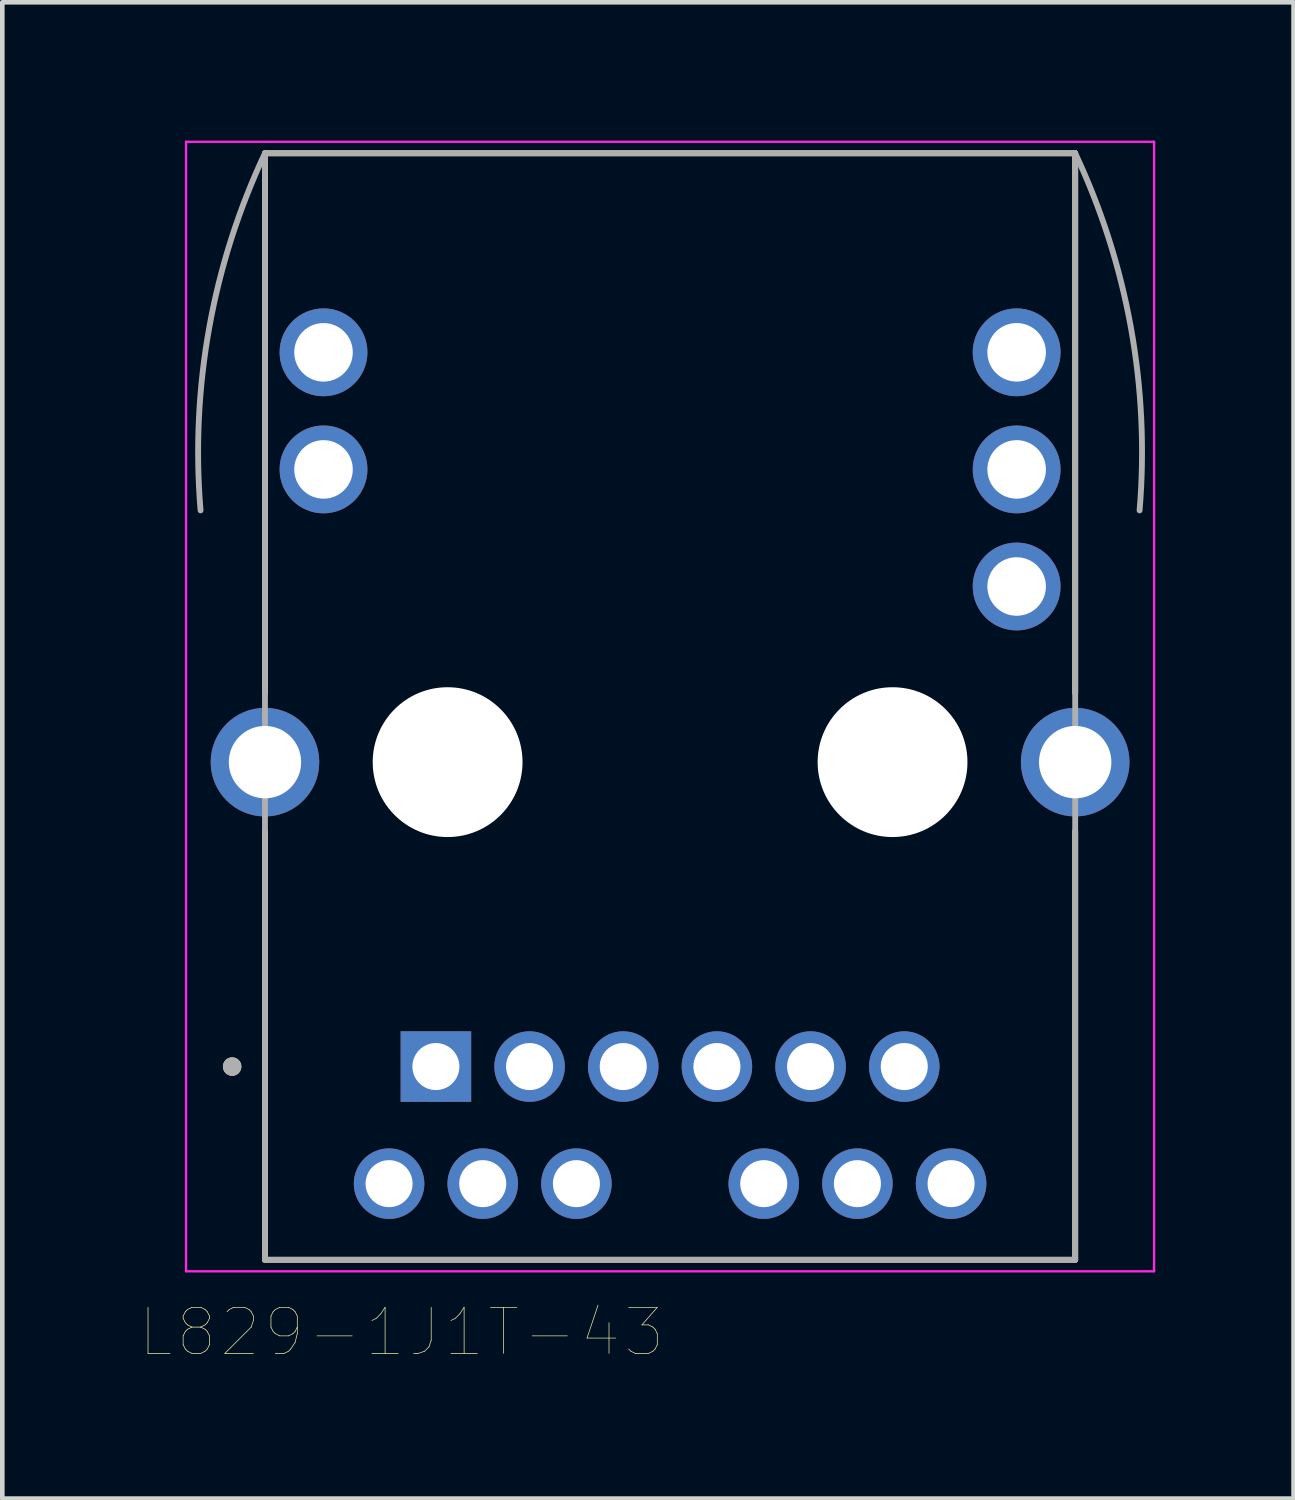
<source format=kicad_pcb>
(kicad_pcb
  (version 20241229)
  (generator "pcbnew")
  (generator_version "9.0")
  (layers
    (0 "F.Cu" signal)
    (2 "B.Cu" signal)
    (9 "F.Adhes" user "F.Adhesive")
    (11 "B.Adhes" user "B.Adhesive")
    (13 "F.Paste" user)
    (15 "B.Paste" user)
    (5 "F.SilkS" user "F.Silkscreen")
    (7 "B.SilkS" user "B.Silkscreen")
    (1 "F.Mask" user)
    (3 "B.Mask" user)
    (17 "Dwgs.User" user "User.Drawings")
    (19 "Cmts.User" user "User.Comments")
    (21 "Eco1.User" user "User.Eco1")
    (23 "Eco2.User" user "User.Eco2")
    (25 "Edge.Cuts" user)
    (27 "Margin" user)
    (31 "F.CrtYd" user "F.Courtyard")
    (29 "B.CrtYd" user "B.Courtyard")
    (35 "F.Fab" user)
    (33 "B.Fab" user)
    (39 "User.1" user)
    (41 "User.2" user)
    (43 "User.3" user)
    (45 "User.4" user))
  (footprint "L829-1J1T-43"
    (layer "F.Cu")
    (at 11.486 13.483)
    (property "Reference" "L829-1J1T-43" (at -5.825 12.365 0) (layer "F.SilkS") (effects (font (size 1 1) (thickness 0.015))))
    (attr through_hole)
    (fp_line (start -8.788 -1.5) (end -8.788 -13.208) (stroke (width 0.127) (type solid)) (layer "F.SilkS"))
    (fp_line (start -8.788 10.795) (end -8.788 1.5) (stroke (width 0.127) (type solid)) (layer "F.SilkS"))
    (fp_line (start -8.788 10.795) (end 8.788 10.795) (stroke (width 0.127) (type solid)) (layer "F.SilkS"))
    (fp_line (start 8.788 -13.208) (end -8.788 -13.208) (stroke (width 0.127) (type solid)) (layer "F.SilkS"))
    (fp_line (start 8.788 -1.5) (end 8.788 -13.208) (stroke (width 0.127) (type solid)) (layer "F.SilkS"))
    (fp_line (start 8.788 10.795) (end 8.788 1.5) (stroke (width 0.127) (type solid)) (layer "F.SilkS"))
    (fp_circle (center -9.5 6.604) (end -9.4 6.604) (stroke (width 0.2) (type solid)) (fill no) (layer "F.SilkS"))
    (fp_line (start -10.5 -13.458) (end 10.5 -13.458) (stroke (width 0.05) (type solid)) (layer "F.CrtYd"))
    (fp_line (start -10.5 11.045) (end -10.5 -13.458) (stroke (width 0.05) (type solid)) (layer "F.CrtYd"))
    (fp_line (start 10.5 -13.458) (end 10.5 11.045) (stroke (width 0.05) (type solid)) (layer "F.CrtYd"))
    (fp_line (start 10.5 11.045) (end -10.5 11.045) (stroke (width 0.05) (type solid)) (layer "F.CrtYd"))
    (fp_line (start -8.788 -13.208) (end -8.788 10.795) (stroke (width 0.127) (type solid)) (layer "F.Fab"))
    (fp_line (start -8.788 10.795) (end 8.788 10.795) (stroke (width 0.127) (type solid)) (layer "F.Fab"))
    (fp_line (start 8.788 -13.208) (end -8.788 -13.208) (stroke (width 0.127) (type solid)) (layer "F.Fab"))
    (fp_line (start 8.788 10.795) (end 8.788 -13.208) (stroke (width 0.127) (type solid)) (layer "F.Fab"))
    (fp_arc (start -10.1854 -5.461) (mid -9.996856 -9.426459) (end -8.7884 -13.208) (stroke (width 0.127) (type solid)) (layer "F.Fab"))
    (fp_arc (start 8.7884 -13.208) (mid 9.996856 -9.426459) (end 10.1854 -5.461) (stroke (width 0.127) (type solid)) (layer "F.Fab"))
    (fp_circle (center -9.5 6.604) (end -9.4 6.604) (stroke (width 0.2) (type solid)) (fill no) (layer "F.Fab"))
    (pad "" np_thru_hole circle (at -4.826 0) (size 3.25 3.25) (drill 3.25) (layers "*.Cu" "*.Mask"))
    (pad "" np_thru_hole circle (at 4.826 0) (size 3.25 3.25) (drill 3.25) (layers "*.Cu" "*.Mask"))
    (pad "1" thru_hole rect (at -5.08 6.604) (size 1.53 1.53) (drill 1.02) (layers "*.Cu" "*.Mask"))
    (pad "2" thru_hole circle (at -3.048 6.604) (size 1.53 1.53) (drill 1.02) (layers "*.Cu" "*.Mask"))
    (pad "3" thru_hole circle (at -1.016 6.604) (size 1.53 1.53) (drill 1.02) (layers "*.Cu" "*.Mask"))
    (pad "4" thru_hole circle (at 1.016 6.604) (size 1.53 1.53) (drill 1.02) (layers "*.Cu" "*.Mask"))
    (pad "5" thru_hole circle (at 3.048 6.604) (size 1.53 1.53) (drill 1.02) (layers "*.Cu" "*.Mask"))
    (pad "6" thru_hole circle (at 5.08 6.604) (size 1.53 1.53) (drill 1.02) (layers "*.Cu" "*.Mask"))
    (pad "7" thru_hole circle (at -6.096 9.144) (size 1.53 1.53) (drill 1.02) (layers "*.Cu" "*.Mask"))
    (pad "8" thru_hole circle (at -4.064 9.144) (size 1.53 1.53) (drill 1.02) (layers "*.Cu" "*.Mask"))
    (pad "9" thru_hole circle (at -2.032 9.144) (size 1.53 1.53) (drill 1.02) (layers "*.Cu" "*.Mask"))
    (pad "10" thru_hole circle (at 2.032 9.144) (size 1.53 1.53) (drill 1.02) (layers "*.Cu" "*.Mask"))
    (pad "11" thru_hole circle (at 4.064 9.144) (size 1.53 1.53) (drill 1.02) (layers "*.Cu" "*.Mask"))
    (pad "12" thru_hole circle (at 6.096 9.144) (size 1.53 1.53) (drill 1.02) (layers "*.Cu" "*.Mask"))
    (pad "13" thru_hole circle (at -7.518 -6.35) (size 1.905 1.905) (drill 1.27) (layers "*.Cu" "*.Mask"))
    (pad "14" thru_hole circle (at -7.518 -8.89) (size 1.905 1.905) (drill 1.27) (layers "*.Cu" "*.Mask"))
    (pad "15" thru_hole circle (at 7.518 -3.81) (size 1.905 1.905) (drill 1.27) (layers "*.Cu" "*.Mask"))
    (pad "16" thru_hole circle (at 7.518 -6.35) (size 1.905 1.905) (drill 1.27) (layers "*.Cu" "*.Mask"))
    (pad "17" thru_hole circle (at 7.518 -8.89) (size 1.905 1.905) (drill 1.27) (layers "*.Cu" "*.Mask"))
    (pad "S1" thru_hole circle (at -8.788 0) (size 2.355 2.355) (drill 1.57) (layers "*.Cu" "*.Mask"))
    (pad "S2" thru_hole circle (at 8.788 0) (size 2.355 2.355) (drill 1.57) (layers "*.Cu" "*.Mask")))
  (gr_rect
    (start -3 -3)
    (end 25.011 29.459)
    (stroke (width 0.1) (type default))
    (fill no)
    (layer "Edge.Cuts")))
</source>
